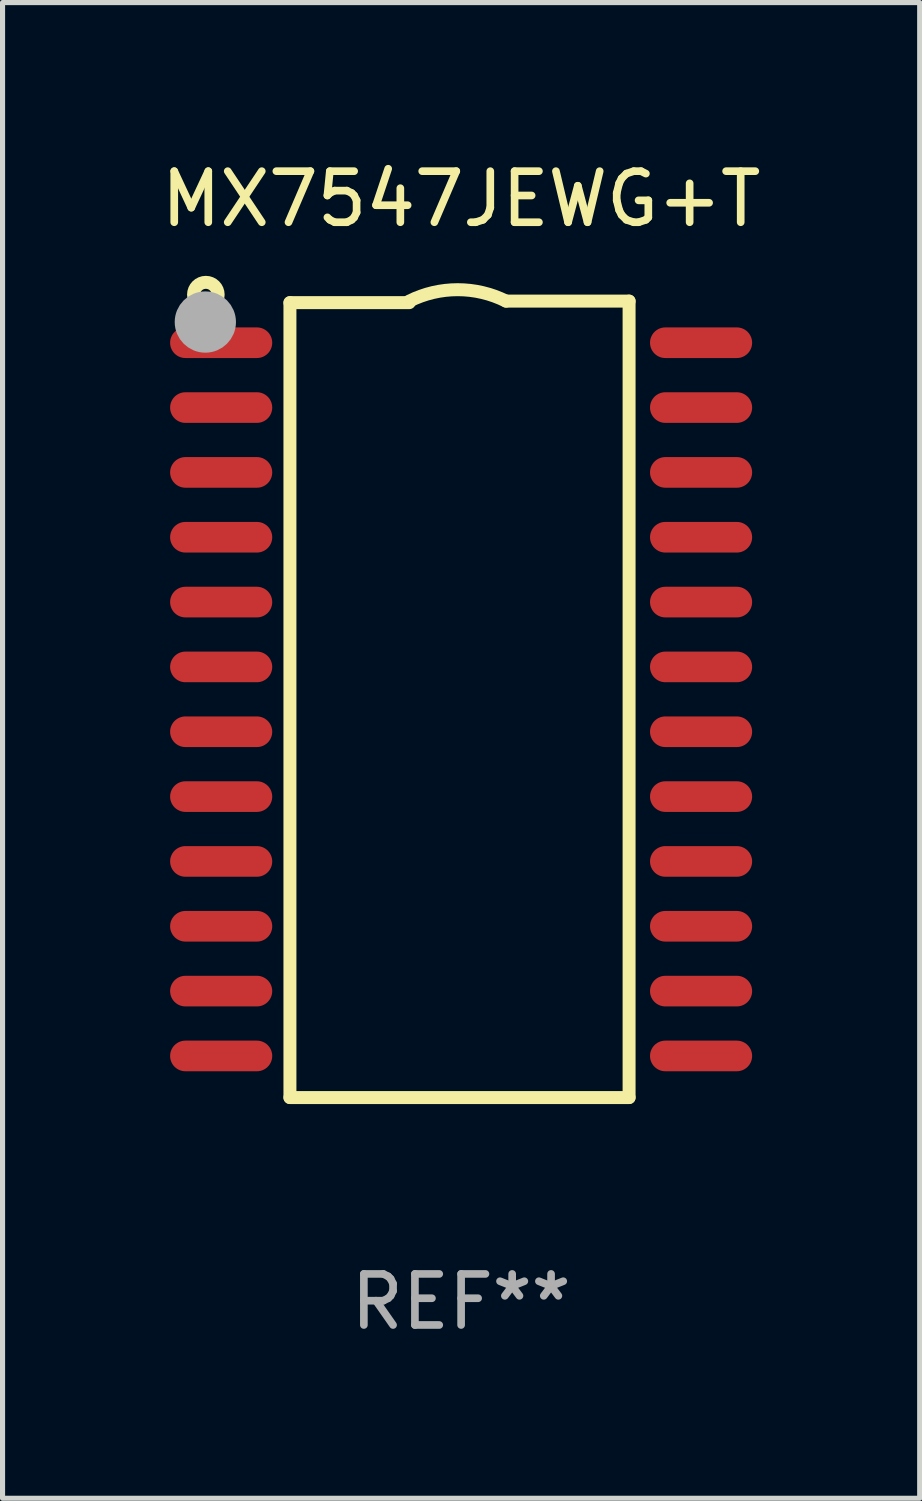
<source format=kicad_pcb>
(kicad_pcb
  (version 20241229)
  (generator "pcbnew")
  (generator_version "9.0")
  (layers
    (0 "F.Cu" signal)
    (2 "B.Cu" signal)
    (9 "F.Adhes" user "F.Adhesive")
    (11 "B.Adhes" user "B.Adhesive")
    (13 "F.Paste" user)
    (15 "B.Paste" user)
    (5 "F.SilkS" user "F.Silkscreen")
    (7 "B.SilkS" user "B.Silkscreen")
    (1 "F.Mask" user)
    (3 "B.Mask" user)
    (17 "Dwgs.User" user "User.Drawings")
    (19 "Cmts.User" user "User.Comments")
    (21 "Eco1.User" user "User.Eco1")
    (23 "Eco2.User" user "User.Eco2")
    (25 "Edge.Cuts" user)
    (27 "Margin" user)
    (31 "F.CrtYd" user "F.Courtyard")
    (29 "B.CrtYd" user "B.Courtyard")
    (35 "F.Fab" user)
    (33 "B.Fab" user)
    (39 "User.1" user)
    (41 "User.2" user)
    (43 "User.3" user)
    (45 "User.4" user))
  (footprint "MX7547JEWG+T"
    (layer "F.Cu")
    (at 5.982 10.648)
    (property "Reference" "MX7547JEWG+T" (at 0 -9.8 0) (layer "F.SilkS") (effects (font (size 1 1) (thickness 0.15))))
    (attr through_hole)
    (fp_line (start -3.353 -7.77) (end -1.016 -7.77) (stroke (width 0.254) (type solid)) (layer "F.SilkS"))
    (fp_line (start -3.353 7.8) (end -3.353 -7.77) (stroke (width 0.254) (type solid)) (layer "F.SilkS"))
    (fp_line (start 0.881 -7.8) (end 3.29 -7.8) (stroke (width 0.254) (type solid)) (layer "F.SilkS"))
    (fp_line (start 3.29 -7.8) (end 3.29 7.8) (stroke (width 0.254) (type solid)) (layer "F.SilkS"))
    (fp_line (start 3.29 7.8) (end -3.353 7.8) (stroke (width 0.254) (type solid)) (layer "F.SilkS"))
    (fp_arc (start -1.015951 -7.800025) (mid -0.067691 -8.023879) (end 0.880569 -7.800025) (stroke (width 0.254001) (type solid)) (layer "F.SilkS"))
    (fp_circle (center -5 -7.927) (end -4.886 -7.927) (stroke (width 0.254) (type solid)) (fill no) (layer "F.SilkS"))
    (fp_circle (center -5.01 -7.39) (end -4.71 -7.39) (stroke (width 0.6) (type solid)) (fill no) (layer "F.Fab"))
    (fp_text user "REF**" (at 0 11.8 0) (layer "F.Fab") (effects (font (size 1 1) (thickness 0.15))))
    (pad "1" smd oval (at -4.7 -6.985 270) (size 0.6 2) (layers "F.Cu" "F.Mask" "F.Paste"))
    (pad "2" smd oval (at -4.7 -5.715 270) (size 0.6 2) (layers "F.Cu" "F.Mask" "F.Paste"))
    (pad "3" smd oval (at -4.7 -4.445 270) (size 0.6 2) (layers "F.Cu" "F.Mask" "F.Paste"))
    (pad "4" smd oval (at -4.7 -3.175 270) (size 0.6 2) (layers "F.Cu" "F.Mask" "F.Paste"))
    (pad "5" smd oval (at -4.7 -1.905 270) (size 0.6 2) (layers "F.Cu" "F.Mask" "F.Paste"))
    (pad "6" smd oval (at -4.7 -0.635 270) (size 0.6 2) (layers "F.Cu" "F.Mask" "F.Paste"))
    (pad "7" smd oval (at -4.7 0.635 270) (size 0.6 2) (layers "F.Cu" "F.Mask" "F.Paste"))
    (pad "8" smd oval (at -4.7 1.905 270) (size 0.6 2) (layers "F.Cu" "F.Mask" "F.Paste"))
    (pad "9" smd oval (at -4.7 3.175 270) (size 0.6 2) (layers "F.Cu" "F.Mask" "F.Paste"))
    (pad "10" smd oval (at -4.7 4.445 270) (size 0.6 2) (layers "F.Cu" "F.Mask" "F.Paste"))
    (pad "11" smd oval (at -4.7 5.715 270) (size 0.6 2) (layers "F.Cu" "F.Mask" "F.Paste"))
    (pad "12" smd oval (at -4.7 6.985 270) (size 0.6 2) (layers "F.Cu" "F.Mask" "F.Paste"))
    (pad "13" smd oval (at 4.7 6.985 270) (size 0.6 2) (layers "F.Cu" "F.Mask" "F.Paste"))
    (pad "14" smd oval (at 4.7 5.715 270) (size 0.6 2) (layers "F.Cu" "F.Mask" "F.Paste"))
    (pad "15" smd oval (at 4.7 4.445 270) (size 0.6 2) (layers "F.Cu" "F.Mask" "F.Paste"))
    (pad "16" smd oval (at 4.7 3.175 270) (size 0.6 2) (layers "F.Cu" "F.Mask" "F.Paste"))
    (pad "17" smd oval (at 4.7 1.905 270) (size 0.6 2) (layers "F.Cu" "F.Mask" "F.Paste"))
    (pad "18" smd oval (at 4.7 0.635 270) (size 0.6 2) (layers "F.Cu" "F.Mask" "F.Paste"))
    (pad "19" smd oval (at 4.7 -0.635 270) (size 0.6 2) (layers "F.Cu" "F.Mask" "F.Paste"))
    (pad "20" smd oval (at 4.7 -1.905 270) (size 0.6 2) (layers "F.Cu" "F.Mask" "F.Paste"))
    (pad "21" smd oval (at 4.7 -3.175 270) (size 0.6 2) (layers "F.Cu" "F.Mask" "F.Paste"))
    (pad "22" smd oval (at 4.7 -4.445 270) (size 0.6 2) (layers "F.Cu" "F.Mask" "F.Paste"))
    (pad "23" smd oval (at 4.7 -5.715 270) (size 0.6 2) (layers "F.Cu" "F.Mask" "F.Paste"))
    (pad "24" smd oval (at 4.7 -6.985 270) (size 0.6 2) (layers "F.Cu" "F.Mask" "F.Paste")))
  (gr_rect
    (start -3 -3)
    (end 14.964 26.297)
    (stroke (width 0.1) (type default))
    (fill no)
    (layer "Edge.Cuts")))
</source>
